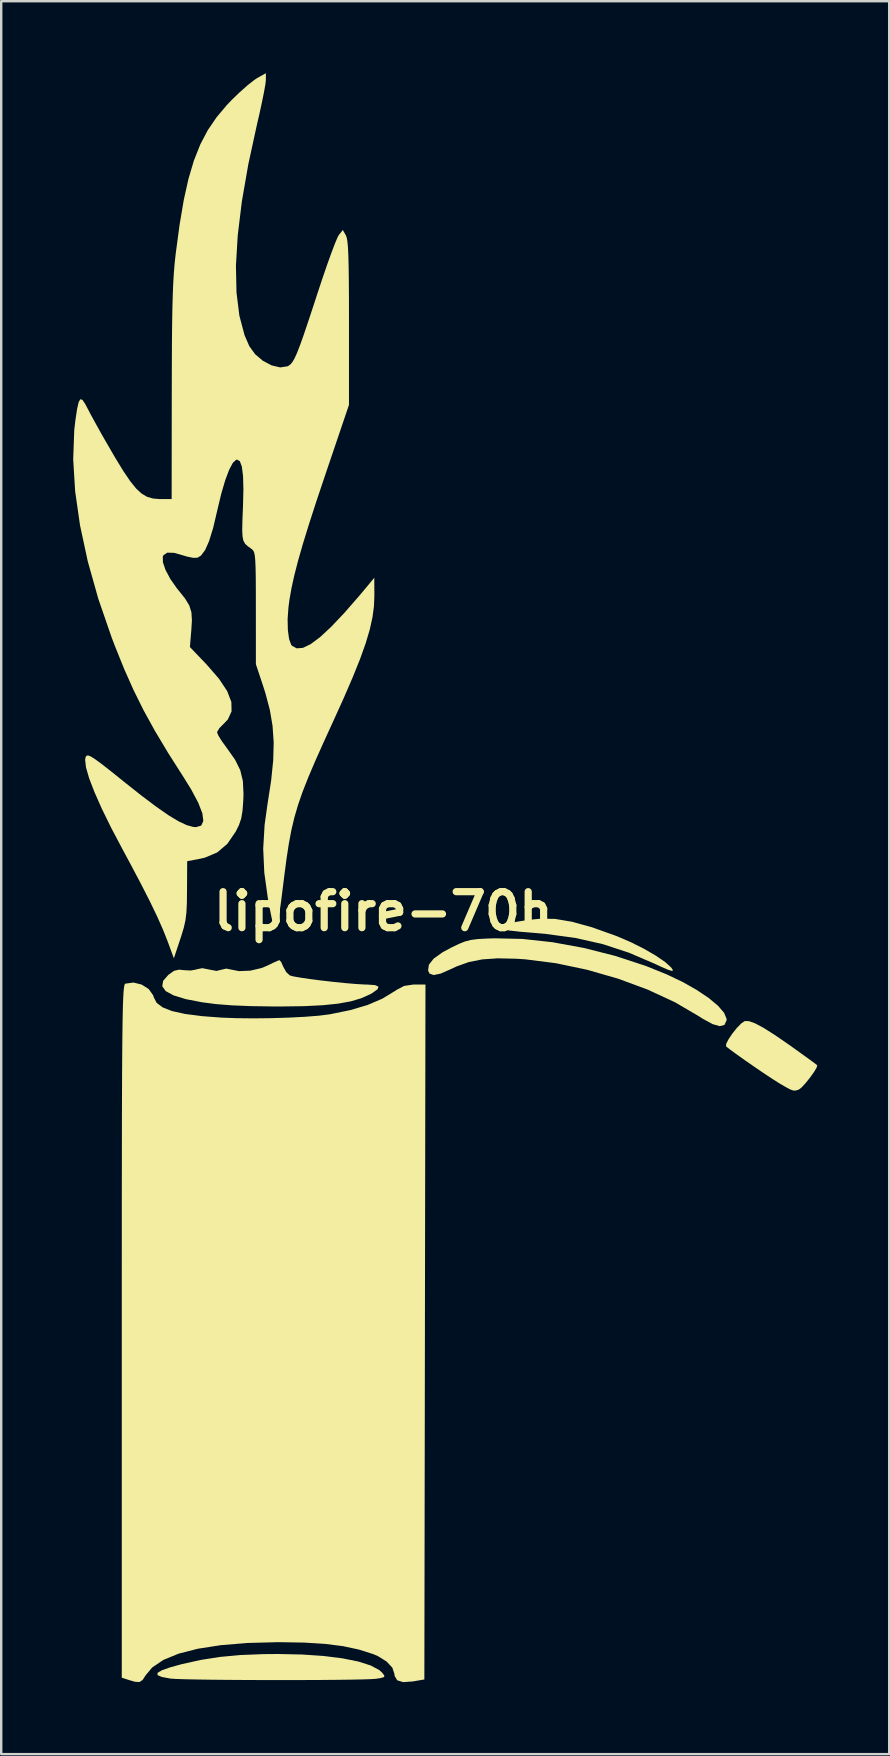
<source format=kicad_pcb>
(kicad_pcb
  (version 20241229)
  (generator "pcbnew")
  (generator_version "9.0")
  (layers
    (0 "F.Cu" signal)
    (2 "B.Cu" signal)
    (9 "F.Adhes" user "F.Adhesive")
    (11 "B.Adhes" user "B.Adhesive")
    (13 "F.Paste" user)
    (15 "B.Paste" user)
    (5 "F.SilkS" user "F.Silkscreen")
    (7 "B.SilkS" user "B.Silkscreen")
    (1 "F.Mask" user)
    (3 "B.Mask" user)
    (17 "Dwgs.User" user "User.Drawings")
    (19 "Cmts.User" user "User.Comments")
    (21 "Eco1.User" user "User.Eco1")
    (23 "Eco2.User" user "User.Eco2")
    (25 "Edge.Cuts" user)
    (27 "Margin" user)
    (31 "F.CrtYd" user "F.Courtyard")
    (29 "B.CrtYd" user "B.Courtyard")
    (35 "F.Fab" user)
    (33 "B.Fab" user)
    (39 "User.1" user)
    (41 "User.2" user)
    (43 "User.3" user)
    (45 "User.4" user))
  (footprint "lipofire-70h"
    (layer "F.Cu")
    (at 12.923 34.925)
    (property "Reference" "lipofire-70h" (at 0 0 0) (layer "F.SilkS") (effects (font (size 1.5 1.5) (thickness 0.3))))
    (attr board_only exclude_from_pos_files exclude_from_bom)
    (fp_poly (pts (xy 7.15 0.313) (xy 7.855 0.431) (xy 8.684 0.659) (xy 9.646 1.002) (xy 9.773 1.051) (xy 10.33 1.292) (xy 10.87 1.564) (xy 11.353 1.844) (xy 11.74 2.109) (xy 11.993 2.338) (xy 11.999 2.346) (xy 12.069 2.453) (xy 12.027 2.482) (xy 11.859 2.431) (xy 11.55 2.296) (xy 11.361 2.207) (xy 10.245 1.726) (xy 9.138 1.363) (xy 7.986 1.104) (xy 6.735 0.935) (xy 6.243 0.893) (xy 5.692 0.847) (xy 5.245 0.797) (xy 4.926 0.748) (xy 4.758 0.702) (xy 4.739 0.686) (xy 4.806 0.62) (xy 5.025 0.545) (xy 5.364 0.467) (xy 5.791 0.394) (xy 6.273 0.332) (xy 6.559 0.305)) (stroke (width 0) (type solid)) (fill yes) (layer "F.SilkS"))
    (fp_poly (pts (xy 15.229 4.572) (xy 15.483 4.662) (xy 15.835 4.849) (xy 16.298 5.141) (xy 16.884 5.543) (xy 17.074 5.678) (xy 17.438 5.94) (xy 17.747 6.163) (xy 17.969 6.326) (xy 18.074 6.406) (xy 18.078 6.409) (xy 18.056 6.505) (xy 17.946 6.691) (xy 17.781 6.923) (xy 17.596 7.153) (xy 17.427 7.337) (xy 17.31 7.426) (xy 17.187 7.465) (xy 17.074 7.464) (xy 16.926 7.407) (xy 16.696 7.279) (xy 16.481 7.152) (xy 16.221 6.987) (xy 15.876 6.759) (xy 15.486 6.494) (xy 15.091 6.22) (xy 14.732 5.965) (xy 14.447 5.757) (xy 14.281 5.626) (xy 14.285 5.519) (xy 14.385 5.325) (xy 14.545 5.087) (xy 14.734 4.852) (xy 14.917 4.665) (xy 15.059 4.571)) (stroke (width 0) (type solid)) (fill yes) (layer "F.SilkS"))
    (fp_poly (pts (xy -3.392 30.964) (xy -2.492 31.025) (xy -1.703 31.124) (xy -1.042 31.257) (xy -0.524 31.422) (xy -0.166 31.615) (xy -0.058 31.714) (xy 0.04 31.837) (xy 0.031 31.904) (xy -0.113 31.946) (xy -0.289 31.974) (xy -0.48 31.989) (xy -0.831 32.001) (xy -1.318 32.011) (xy -1.917 32.019) (xy -2.602 32.025) (xy -3.35 32.028) (xy -4.137 32.03) (xy -4.937 32.029) (xy -5.727 32.026) (xy -6.482 32.021) (xy -7.178 32.014) (xy -7.789 32.005) (xy -8.293 31.994) (xy -8.664 31.981) (xy -8.878 31.966) (xy -8.886 31.965) (xy -9.236 31.898) (xy -9.41 31.82) (xy -9.407 31.728) (xy -9.226 31.62) (xy -8.864 31.493) (xy -8.4 31.366) (xy -7.608 31.19) (xy -6.81 31.065) (xy -5.956 30.986) (xy -4.997 30.948) (xy -4.387 30.943)) (stroke (width 0) (type solid)) (fill yes) (layer "F.SilkS"))
    (fp_poly (pts (xy 5.796 1.148) (xy 7.051 1.285) (xy 8.355 1.524) (xy 9.661 1.855) (xy 10.925 2.269) (xy 11.808 2.625) (xy 12.47 2.941) (xy 13.058 3.274) (xy 13.555 3.608) (xy 13.94 3.928) (xy 14.195 4.221) (xy 14.301 4.472) (xy 14.301 4.54) (xy 14.212 4.732) (xy 14.017 4.783) (xy 13.711 4.694) (xy 13.293 4.464) (xy 13.162 4.379) (xy 12.16 3.791) (xy 11.02 3.262) (xy 9.785 2.805) (xy 8.495 2.434) (xy 7.192 2.16) (xy 5.917 1.998) (xy 5.542 1.973) (xy 4.766 1.956) (xy 4.122 2) (xy 3.562 2.111) (xy 3.041 2.298) (xy 2.804 2.41) (xy 2.386 2.593) (xy 2.096 2.653) (xy 1.923 2.591) (xy 1.864 2.465) (xy 1.898 2.22) (xy 2.097 1.969) (xy 2.469 1.703) (xy 2.834 1.507) (xy 3.15 1.355) (xy 3.403 1.253) (xy 3.648 1.19) (xy 3.937 1.153) (xy 4.324 1.132) (xy 4.634 1.122)) (stroke (width 0) (type solid)) (fill yes) (layer "F.SilkS"))
    (fp_poly (pts (xy -4.258 2.109) (xy -4.175 2.295) (xy -4.173 2.302) (xy -4.048 2.528) (xy -3.898 2.668) (xy -3.749 2.709) (xy -3.454 2.761) (xy -3.053 2.82) (xy -2.584 2.88) (xy -2.085 2.937) (xy -1.596 2.987) (xy -1.155 3.025) (xy -0.8 3.046) (xy -0.672 3.049) (xy -0.348 3.071) (xy -0.203 3.134) (xy -0.237 3.241) (xy -0.449 3.395) (xy -0.555 3.455) (xy -0.919 3.619) (xy -1.354 3.748) (xy -1.882 3.844) (xy -2.522 3.91) (xy -3.296 3.949) (xy -4.226 3.962) (xy -4.572 3.962) (xy -5.51 3.948) (xy -6.296 3.916) (xy -6.963 3.864) (xy -7.543 3.789) (xy -7.546 3.789) (xy -8.236 3.655) (xy -8.743 3.499) (xy -9.068 3.321) (xy -9.212 3.12) (xy -9.176 2.896) (xy -8.961 2.648) (xy -8.95 2.639) (xy -8.72 2.476) (xy -8.508 2.428) (xy -8.306 2.449) (xy -8.029 2.464) (xy -7.804 2.424) (xy -7.78 2.413) (xy -7.544 2.366) (xy -7.257 2.423) (xy -6.952 2.481) (xy -6.758 2.433) (xy -6.545 2.384) (xy -6.419 2.409) (xy -6.019 2.489) (xy -5.544 2.47) (xy -5.071 2.359) (xy -4.842 2.263) (xy -4.58 2.136) (xy -4.389 2.052) (xy -4.327 2.032)) (stroke (width 0) (type solid)) (fill yes) (layer "F.SilkS"))
    (fp_poly (pts (xy -10.07 3.049) (xy -9.775 3.237) (xy -9.589 3.501) (xy -9.564 3.583) (xy -9.446 3.811) (xy -9.196 4) (xy -8.803 4.154) (xy -8.257 4.275) (xy -7.547 4.366) (xy -6.735 4.427) (xy -6.111 4.45) (xy -5.408 4.457) (xy -4.67 4.449) (xy -3.941 4.427) (xy -3.265 4.392) (xy -2.685 4.346) (xy -2.244 4.29) (xy -2.235 4.289) (xy -1.367 4.111) (xy -0.646 3.896) (xy -0.034 3.632) (xy 0.504 3.305) (xy 0.545 3.275) (xy 0.865 3.106) (xy 1.243 3.049) (xy 1.307 3.048) (xy 1.755 3.048) (xy 1.732 17.526) (xy 1.709 32.004) (xy 1.226 32.086) (xy 0.828 32.115) (xy 0.578 32.039) (xy 0.469 31.856) (xy 0.462 31.774) (xy 0.375 31.514) (xy 0.136 31.257) (xy -0.225 31.032) (xy -0.424 30.947) (xy -1.021 30.757) (xy -1.682 30.616) (xy -2.435 30.521) (xy -3.311 30.467) (xy -4.338 30.45) (xy -4.387 30.45) (xy -5.655 30.483) (xy -6.772 30.575) (xy -7.732 30.724) (xy -8.532 30.929) (xy -9.167 31.19) (xy -9.633 31.505) (xy -9.896 31.82) (xy -10.031 32.025) (xy -10.162 32.112) (xy -10.35 32.1) (xy -10.599 32.027) (xy -10.899 31.931) (xy -10.899 17.499) (xy -10.899 15.579) (xy -10.898 13.836) (xy -10.898 12.26) (xy -10.896 10.843) (xy -10.894 9.578) (xy -10.892 8.456) (xy -10.889 7.467) (xy -10.885 6.605) (xy -10.88 5.86) (xy -10.874 5.224) (xy -10.867 4.688) (xy -10.859 4.245) (xy -10.85 3.886) (xy -10.839 3.602) (xy -10.827 3.385) (xy -10.813 3.226) (xy -10.798 3.118) (xy -10.781 3.052) (xy -10.763 3.018) (xy -10.753 3.012) (xy -10.414 2.965)) (stroke (width 0) (type solid)) (fill yes) (layer "F.SilkS"))
    (fp_poly (pts (xy -4.895 -34.64) (xy -4.916 -34.456) (xy -4.974 -34.13) (xy -5.062 -33.698) (xy -5.171 -33.195) (xy -5.261 -32.81) (xy -5.627 -31.126) (xy -5.896 -29.579) (xy -6.067 -28.172) (xy -6.142 -26.908) (xy -6.119 -25.791) (xy -5.999 -24.822) (xy -5.782 -24.005) (xy -5.586 -23.553) (xy -5.343 -23.216) (xy -5.017 -22.94) (xy -4.654 -22.75) (xy -4.297 -22.666) (xy -3.992 -22.712) (xy -3.962 -22.727) (xy -3.878 -22.785) (xy -3.796 -22.879) (xy -3.707 -23.028) (xy -3.605 -23.25) (xy -3.482 -23.563) (xy -3.331 -23.984) (xy -3.145 -24.534) (xy -2.915 -25.228) (xy -2.732 -25.79) (xy -2.528 -26.404) (xy -2.334 -26.969) (xy -2.158 -27.457) (xy -2.011 -27.842) (xy -1.903 -28.097) (xy -1.854 -28.186) (xy -1.688 -28.391) (xy -1.56 -28.165) (xy -1.525 -28.071) (xy -1.497 -27.911) (xy -1.475 -27.669) (xy -1.458 -27.328) (xy -1.446 -26.87) (xy -1.438 -26.28) (xy -1.433 -25.541) (xy -1.432 -24.635) (xy -1.432 -24.523) (xy -1.432 -21.105) (xy -2.418 -18.196) (xy -2.789 -17.09) (xy -3.098 -16.136) (xy -3.351 -15.316) (xy -3.554 -14.608) (xy -3.712 -13.994) (xy -3.83 -13.454) (xy -3.915 -12.968) (xy -3.954 -12.669) (xy -3.989 -12.171) (xy -3.978 -11.717) (xy -3.927 -11.347) (xy -3.838 -11.106) (xy -3.808 -11.068) (xy -3.61 -10.96) (xy -3.352 -10.98) (xy -3.031 -11.134) (xy -2.639 -11.426) (xy -2.17 -11.861) (xy -1.62 -12.442) (xy -0.982 -13.175) (xy -0.72 -13.488) (xy -0.378 -13.901) (xy -0.374 -13.16) (xy -0.391 -12.718) (xy -0.453 -12.254) (xy -0.565 -11.747) (xy -0.734 -11.177) (xy -0.967 -10.524) (xy -1.271 -9.767) (xy -1.651 -8.888) (xy -2.079 -7.943) (xy -2.5 -7.022) (xy -2.85 -6.238) (xy -3.137 -5.563) (xy -3.37 -4.969) (xy -3.557 -4.428) (xy -3.708 -3.91) (xy -3.832 -3.388) (xy -3.936 -2.832) (xy -4.031 -2.215) (xy -4.124 -1.508) (xy -4.162 -1.204) (xy -4.253 -0.477) (xy -4.329 0.07) (xy -4.395 0.443) (xy -4.456 0.646) (xy -4.517 0.684) (xy -4.581 0.561) (xy -4.653 0.282) (xy -4.739 -0.148) (xy -4.813 -0.554) (xy -4.961 -1.619) (xy -5.006 -2.612) (xy -4.947 -3.612) (xy -4.825 -4.48) (xy -4.675 -5.454) (xy -4.589 -6.293) (xy -4.569 -7.038) (xy -4.616 -7.728) (xy -4.731 -8.402) (xy -4.916 -9.1) (xy -5.015 -9.409) (xy -5.311 -10.299) (xy -5.312 -12.639) (xy -5.313 -13.358) (xy -5.316 -13.914) (xy -5.324 -14.33) (xy -5.337 -14.629) (xy -5.357 -14.832) (xy -5.386 -14.963) (xy -5.427 -15.042) (xy -5.479 -15.094) (xy -5.497 -15.107) (xy -5.651 -15.216) (xy -5.761 -15.318) (xy -5.831 -15.445) (xy -5.868 -15.627) (xy -5.88 -15.897) (xy -5.872 -16.287) (xy -5.85 -16.829) (xy -5.849 -16.851) (xy -5.831 -17.584) (xy -5.846 -18.142) (xy -5.895 -18.53) (xy -5.978 -18.756) (xy -6.097 -18.825) (xy -6.132 -18.818) (xy -6.27 -18.692) (xy -6.425 -18.4) (xy -6.589 -17.963) (xy -6.755 -17.398) (xy -6.916 -16.724) (xy -6.925 -16.684) (xy -7.093 -15.973) (xy -7.259 -15.434) (xy -7.426 -15.055) (xy -7.601 -14.823) (xy -7.748 -14.735) (xy -7.932 -14.733) (xy -8.201 -14.789) (xy -8.309 -14.823) (xy -8.724 -14.94) (xy -9.004 -14.947) (xy -9.161 -14.843) (xy -9.189 -14.781) (xy -9.185 -14.546) (xy -9.073 -14.22) (xy -8.873 -13.846) (xy -8.606 -13.466) (xy -8.552 -13.4) (xy -8.263 -13.038) (xy -8.085 -12.744) (xy -7.996 -12.458) (xy -7.977 -12.117) (xy -8 -11.742) (xy -8.06 -11.015) (xy -7.356 -10.278) (xy -6.848 -9.693) (xy -6.507 -9.178) (xy -6.333 -8.727) (xy -6.324 -8.335) (xy -6.478 -7.998) (xy -6.653 -7.816) (xy -6.831 -7.636) (xy -6.923 -7.482) (xy -6.927 -7.457) (xy -6.874 -7.325) (xy -6.732 -7.097) (xy -6.533 -6.822) (xy -6.518 -6.802) (xy -6.178 -6.32) (xy -5.963 -5.885) (xy -5.853 -5.432) (xy -5.827 -4.894) (xy -5.835 -4.644) (xy -5.867 -4.201) (xy -5.921 -3.875) (xy -6.016 -3.596) (xy -6.147 -3.332) (xy -6.5 -2.815) (xy -6.919 -2.458) (xy -7.432 -2.24) (xy -7.63 -2.194) (xy -8.174 -2.091) (xy -8.18 -0.884) (xy -8.186 -0.357) (xy -8.205 0.041) (xy -8.245 0.365) (xy -8.312 0.671) (xy -8.416 1.014) (xy -8.457 1.139) (xy -8.728 1.955) (xy -8.995 1.231) (xy -9.182 0.76) (xy -9.42 0.222) (xy -9.721 -0.403) (xy -10.093 -1.134) (xy -10.546 -1.991) (xy -10.869 -2.59) (xy -11.338 -3.478) (xy -11.729 -4.275) (xy -12.037 -4.97) (xy -12.26 -5.55) (xy -12.391 -6.005) (xy -12.426 -6.323) (xy -12.406 -6.429) (xy -12.368 -6.486) (xy -12.299 -6.497) (xy -12.181 -6.45) (xy -11.997 -6.332) (xy -11.726 -6.133) (xy -11.352 -5.84) (xy -10.855 -5.441) (xy -10.821 -5.413) (xy -10.083 -4.828) (xy -9.465 -4.363) (xy -8.954 -4.007) (xy -8.535 -3.754) (xy -8.194 -3.594) (xy -7.919 -3.518) (xy -7.806 -3.51) (xy -7.588 -3.575) (xy -7.501 -3.767) (xy -7.541 -4.085) (xy -7.71 -4.523) (xy -8.006 -5.079) (xy -8.325 -5.594) (xy -8.969 -6.605) (xy -9.516 -7.518) (xy -9.989 -8.377) (xy -10.41 -9.226) (xy -10.803 -10.109) (xy -11.19 -11.07) (xy -11.323 -11.419) (xy -11.876 -13.023) (xy -12.315 -14.583) (xy -12.638 -16.083) (xy -12.842 -17.506) (xy -12.923 -18.835) (xy -12.879 -20.055) (xy -12.83 -20.474) (xy -12.761 -20.932) (xy -12.696 -21.217) (xy -12.626 -21.34) (xy -12.539 -21.314) (xy -12.426 -21.148) (xy -12.341 -20.988) (xy -12.193 -20.705) (xy -11.983 -20.321) (xy -11.745 -19.893) (xy -11.583 -19.609) (xy -11.176 -18.908) (xy -10.838 -18.354) (xy -10.551 -17.931) (xy -10.302 -17.621) (xy -10.072 -17.408) (xy -9.846 -17.275) (xy -9.609 -17.205) (xy -9.344 -17.181) (xy -9.272 -17.18) (xy -8.821 -17.18) (xy -8.816 -21.636) (xy -8.813 -22.737) (xy -8.809 -23.673) (xy -8.801 -24.465) (xy -8.79 -25.134) (xy -8.774 -25.7) (xy -8.754 -26.184) (xy -8.728 -26.607) (xy -8.697 -26.988) (xy -8.658 -27.348) (xy -8.648 -27.432) (xy -8.489 -28.618) (xy -8.316 -29.641) (xy -8.12 -30.523) (xy -7.893 -31.287) (xy -7.628 -31.955) (xy -7.317 -32.548) (xy -6.95 -33.088) (xy -6.521 -33.598) (xy -6.312 -33.816) (xy -5.982 -34.134) (xy -5.657 -34.422) (xy -5.382 -34.639) (xy -5.256 -34.723) (xy -4.895 -34.925)) (stroke (width 0) (type solid)) (fill yes) (layer "F.SilkS")))
  (gr_rect
    (start -3 -3)
    (end 34 70.04)
    (stroke (width 0.1) (type default))
    (fill no)
    (layer "Edge.Cuts")))
</source>
